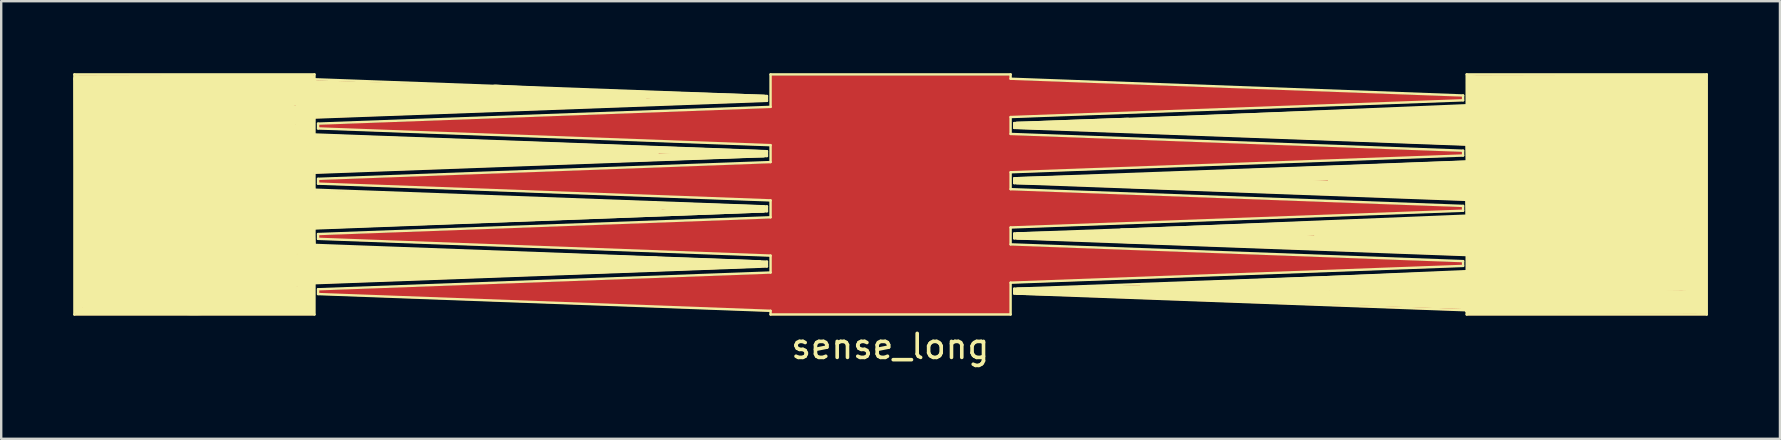
<source format=kicad_pcb>
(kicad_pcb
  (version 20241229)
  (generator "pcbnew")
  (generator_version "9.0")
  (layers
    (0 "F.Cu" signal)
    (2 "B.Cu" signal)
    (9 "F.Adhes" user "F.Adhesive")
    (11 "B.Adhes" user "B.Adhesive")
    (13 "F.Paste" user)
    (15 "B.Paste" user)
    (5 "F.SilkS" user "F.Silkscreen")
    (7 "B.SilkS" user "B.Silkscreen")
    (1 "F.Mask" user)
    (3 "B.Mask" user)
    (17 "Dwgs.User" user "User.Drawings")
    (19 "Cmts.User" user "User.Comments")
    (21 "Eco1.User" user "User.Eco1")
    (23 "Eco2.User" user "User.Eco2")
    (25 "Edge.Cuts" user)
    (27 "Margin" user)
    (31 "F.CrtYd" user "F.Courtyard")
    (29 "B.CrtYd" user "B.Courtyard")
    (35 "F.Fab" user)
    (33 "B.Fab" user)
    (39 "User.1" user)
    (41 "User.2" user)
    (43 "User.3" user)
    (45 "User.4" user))
  (footprint "sense_long"
    (layer "F.Cu")
    (at 34.04 5.083)
    (property "Reference" "sense_long" (at 0 6.3 0) (layer "F.SilkS") (effects (font (size 1 1) (thickness 0.15))))
    (attr through_hole)
    (fp_line (start -33.99 -5.033) (end -33.99 4.967) (stroke (width 0.1) (type solid)) (layer "F.SilkS"))
    (fp_line (start -33.99 4.967) (end -23.99 4.967) (stroke (width 0.1) (type solid)) (layer "F.SilkS"))
    (fp_line (start -33.88 -4.85) (end -33.82 4.83) (stroke (width 0.3) (type solid)) (layer "F.SilkS"))
    (fp_line (start -33.82 4.83) (end -24.12 4.81) (stroke (width 0.3) (type solid)) (layer "F.SilkS"))
    (fp_line (start -33.52 -4.53) (end -24.32 -4.48) (stroke (width 0.6) (type solid)) (layer "F.SilkS"))
    (fp_line (start -33.52 4.42) (end -33.52 -4.53) (stroke (width 0.6) (type solid)) (layer "F.SilkS"))
    (fp_line (start -33.11 4.05) (end -33.08 -4.13) (stroke (width 0.6) (type solid)) (layer "F.SilkS"))
    (fp_line (start -33.08 -4.13) (end -31.72 -4.17) (stroke (width 0.6) (type solid)) (layer "F.SilkS"))
    (fp_line (start -32.91 -3.52) (end -32.83 -3.24) (stroke (width 0.6) (type solid)) (layer "F.SilkS"))
    (fp_line (start -32.89 3.64) (end -21.73 2.82) (stroke (width 0.6) (type solid)) (layer "F.SilkS"))
    (fp_line (start -32.83 -3.24) (end -32.8 -3.24) (stroke (width 0.6) (type solid)) (layer "F.SilkS"))
    (fp_line (start -32.74 3.29) (end -32.54 3.33) (stroke (width 0.6) (type solid)) (layer "F.SilkS"))
    (fp_line (start -31.72 -4.17) (end -32.91 -3.52) (stroke (width 0.6) (type solid)) (layer "F.SilkS"))
    (fp_line (start -31.59 4.09) (end -33.11 4.05) (stroke (width 0.6) (type solid)) (layer "F.SilkS"))
    (fp_line (start -29 -0.1) (end -29 0.1) (stroke (width 9.8) (type solid)) (layer "F.SilkS"))
    (fp_line (start -26.42 -4.02) (end -24.59 -3.34) (stroke (width 0.6) (type solid)) (layer "F.SilkS"))
    (fp_line (start -26.22 4.23) (end -24.82 4.09) (stroke (width 0.6) (type solid)) (layer "F.SilkS"))
    (fp_line (start -25.61 3.78) (end -22.41 2.77) (stroke (width 0.6) (type solid)) (layer "F.SilkS"))
    (fp_line (start -25.27 -3.07) (end -24.18 -1.78) (stroke (width 0.6) (type solid)) (layer "F.SilkS"))
    (fp_line (start -25.27 3.41) (end -24.72 3.11) (stroke (width 0.6) (type solid)) (layer "F.SilkS"))
    (fp_line (start -25.03 2.77) (end -25.27 3.41) (stroke (width 0.6) (type solid)) (layer "F.SilkS"))
    (fp_line (start -24.82 4.09) (end -25.61 3.78) (stroke (width 0.6) (type solid)) (layer "F.SilkS"))
    (fp_line (start -24.72 3.11) (end -24.96 3.21) (stroke (width 0.6) (type solid)) (layer "F.SilkS"))
    (fp_line (start -24.59 -3.34) (end -25.27 -3.07) (stroke (width 0.6) (type solid)) (layer "F.SilkS"))
    (fp_line (start -24.58 0.95) (end -24.41 2.46) (stroke (width 0.6) (type solid)) (layer "F.SilkS"))
    (fp_line (start -24.56 -1.47) (end -24.37 0.18) (stroke (width 0.6) (type solid)) (layer "F.SilkS"))
    (fp_line (start -24.51 -2.14) (end -9.96 -1.74) (stroke (width 0.6) (type solid)) (layer "F.SilkS"))
    (fp_line (start -24.47 -3.73) (end -24.51 -2.14) (stroke (width 0.6) (type solid)) (layer "F.SilkS"))
    (fp_line (start -24.46 4.52) (end -33.52 4.42) (stroke (width 0.6) (type solid)) (layer "F.SilkS"))
    (fp_line (start -24.41 2.46) (end -9.77 2.86) (stroke (width 0.6) (type solid)) (layer "F.SilkS"))
    (fp_line (start -24.37 0.18) (end -9.83 0.56) (stroke (width 0.6) (type solid)) (layer "F.SilkS"))
    (fp_line (start -24.37 3.19) (end -24.46 4.52) (stroke (width 0.6) (type solid)) (layer "F.SilkS"))
    (fp_line (start -24.32 -4.48) (end -16.41 -4.09) (stroke (width 0.6) (type solid)) (layer "F.SilkS"))
    (fp_line (start -24.19 -1.1) (end -5.29 -1.73) (stroke (width 0.3) (type solid)) (layer "F.SilkS"))
    (fp_line (start -24.18 -1.78) (end -22.38 -1.78) (stroke (width 0.6) (type solid)) (layer "F.SilkS"))
    (fp_line (start -24.16 3.54) (end -5.46 2.86) (stroke (width 0.3) (type solid)) (layer "F.SilkS"))
    (fp_line (start -24.15 1.29) (end -5.3 0.57) (stroke (width 0.3) (type solid)) (layer "F.SilkS"))
    (fp_line (start -24.14 -4.87) (end -33.88 -4.85) (stroke (width 0.3) (type solid)) (layer "F.SilkS"))
    (fp_line (start -24.12 -2.41) (end -24.11 -3.4) (stroke (width 0.3) (type solid)) (layer "F.SilkS"))
    (fp_line (start -24.12 4.81) (end -24.16 3.54) (stroke (width 0.3) (type solid)) (layer "F.SilkS"))
    (fp_line (start -24.11 -3.4) (end -6.57 -4.02) (stroke (width 0.3) (type solid)) (layer "F.SilkS"))
    (fp_line (start -24.11 0.59) (end -26.22 4.23) (stroke (width 0.6) (type solid)) (layer "F.SilkS"))
    (fp_line (start -24.09 -0.06) (end -24.19 -1.1) (stroke (width 0.3) (type solid)) (layer "F.SilkS"))
    (fp_line (start -24.08 2.21) (end -24.15 1.29) (stroke (width 0.3) (type solid)) (layer "F.SilkS"))
    (fp_line (start -24 -4.64) (end -24.14 -4.87) (stroke (width 0.3) (type solid)) (layer "F.SilkS"))
    (fp_line (start -23.99 -5.033) (end -33.99 -5.033) (stroke (width 0.1) (type solid)) (layer "F.SilkS"))
    (fp_line (start -23.99 -4.831) (end -23.99 -5.033) (stroke (width 0.1) (type solid)) (layer "F.SilkS"))
    (fp_line (start -23.99 -3.235) (end -5.14 -3.933) (stroke (width 0.1) (type solid)) (layer "F.SilkS"))
    (fp_line (start -23.99 -2.531) (end -23.99 -3.235) (stroke (width 0.1) (type solid)) (layer "F.SilkS"))
    (fp_line (start -23.99 -0.935) (end -5.14 -1.633) (stroke (width 0.1) (type solid)) (layer "F.SilkS"))
    (fp_line (start -23.99 -0.231) (end -23.99 -0.935) (stroke (width 0.1) (type solid)) (layer "F.SilkS"))
    (fp_line (start -23.99 1.365) (end -5.14 0.667) (stroke (width 0.1) (type solid)) (layer "F.SilkS"))
    (fp_line (start -23.99 2.069) (end -23.99 1.365) (stroke (width 0.1) (type solid)) (layer "F.SilkS"))
    (fp_line (start -23.99 3.665) (end -5.14 2.967) (stroke (width 0.1) (type solid)) (layer "F.SilkS"))
    (fp_line (start -23.99 4.967) (end -23.99 3.665) (stroke (width 0.1) (type solid)) (layer "F.SilkS"))
    (fp_line (start -23.84 -2.983) (end -23.84 -2.783) (stroke (width 0.1) (type solid)) (layer "F.SilkS"))
    (fp_line (start -23.84 -2.783) (end -4.99 -2.085) (stroke (width 0.1) (type solid)) (layer "F.SilkS"))
    (fp_line (start -23.84 -0.683) (end -23.84 -0.483) (stroke (width 0.1) (type solid)) (layer "F.SilkS"))
    (fp_line (start -23.84 -0.483) (end -4.99 0.215) (stroke (width 0.1) (type solid)) (layer "F.SilkS"))
    (fp_line (start -23.84 1.617) (end -23.84 1.817) (stroke (width 0.1) (type solid)) (layer "F.SilkS"))
    (fp_line (start -23.84 1.817) (end -4.99 2.515) (stroke (width 0.1) (type solid)) (layer "F.SilkS"))
    (fp_line (start -23.84 3.917) (end -23.84 4.117) (stroke (width 0.1) (type solid)) (layer "F.SilkS"))
    (fp_line (start -23.84 4.117) (end -4.99 4.815) (stroke (width 0.1) (type solid)) (layer "F.SilkS"))
    (fp_line (start -22.41 2.77) (end -25.03 2.77) (stroke (width 0.6) (type solid)) (layer "F.SilkS"))
    (fp_line (start -22.38 -1.78) (end -22.62 -1.82) (stroke (width 0.6) (type solid)) (layer "F.SilkS"))
    (fp_line (start -21.67 0.56) (end -24.11 0.59) (stroke (width 0.6) (type solid)) (layer "F.SilkS"))
    (fp_line (start -21.04 0.56) (end -21.33 0.56) (stroke (width 0.6) (type solid)) (layer "F.SilkS"))
    (fp_line (start -16.45 -4.31) (end -12.1 -4.08) (stroke (width 0.6) (type solid)) (layer "F.SilkS"))
    (fp_line (start -16.41 -4.09) (end -26.42 -4.02) (stroke (width 0.6) (type solid)) (layer "F.SilkS"))
    (fp_line (start -10.46 -4.05) (end -24.47 -3.73) (stroke (width 0.6) (type solid)) (layer "F.SilkS"))
    (fp_line (start -9.96 -1.74) (end -24.56 -1.47) (stroke (width 0.6) (type solid)) (layer "F.SilkS"))
    (fp_line (start -9.83 0.56) (end -24.58 0.95) (stroke (width 0.6) (type solid)) (layer "F.SilkS"))
    (fp_line (start -9.77 2.86) (end -24.37 3.19) (stroke (width 0.6) (type solid)) (layer "F.SilkS"))
    (fp_line (start -5.46 2.86) (end -24.08 2.21) (stroke (width 0.3) (type solid)) (layer "F.SilkS"))
    (fp_line (start -5.3 0.57) (end -24.09 -0.06) (stroke (width 0.3) (type solid)) (layer "F.SilkS"))
    (fp_line (start -5.29 -1.73) (end -24.12 -2.41) (stroke (width 0.3) (type solid)) (layer "F.SilkS"))
    (fp_line (start -5.27 -4.04) (end -24 -4.64) (stroke (width 0.3) (type solid)) (layer "F.SilkS"))
    (fp_line (start -5.24 2.86) (end -5.3 2.86) (stroke (width 0.2) (type solid)) (layer "F.SilkS"))
    (fp_line (start -5.14 -4.133) (end -23.99 -4.831) (stroke (width 0.1) (type solid)) (layer "F.SilkS"))
    (fp_line (start -5.14 -3.933) (end -5.14 -4.133) (stroke (width 0.1) (type solid)) (layer "F.SilkS"))
    (fp_line (start -5.14 -1.833) (end -23.99 -2.531) (stroke (width 0.1) (type solid)) (layer "F.SilkS"))
    (fp_line (start -5.14 -1.633) (end -5.14 -1.833) (stroke (width 0.1) (type solid)) (layer "F.SilkS"))
    (fp_line (start -5.14 0.467) (end -23.99 -0.231) (stroke (width 0.1) (type solid)) (layer "F.SilkS"))
    (fp_line (start -5.14 0.667) (end -5.14 0.467) (stroke (width 0.1) (type solid)) (layer "F.SilkS"))
    (fp_line (start -5.14 2.767) (end -23.99 2.069) (stroke (width 0.1) (type solid)) (layer "F.SilkS"))
    (fp_line (start -5.14 2.967) (end -5.14 2.767) (stroke (width 0.1) (type solid)) (layer "F.SilkS"))
    (fp_line (start -4.99 -5.033) (end -4.99 -3.681) (stroke (width 0.1) (type solid)) (layer "F.SilkS"))
    (fp_line (start -4.99 -3.681) (end -23.84 -2.983) (stroke (width 0.1) (type solid)) (layer "F.SilkS"))
    (fp_line (start -4.99 -2.085) (end -4.99 -1.381) (stroke (width 0.1) (type solid)) (layer "F.SilkS"))
    (fp_line (start -4.99 -1.381) (end -23.84 -0.683) (stroke (width 0.1) (type solid)) (layer "F.SilkS"))
    (fp_line (start -4.99 0.215) (end -4.99 0.919) (stroke (width 0.1) (type solid)) (layer "F.SilkS"))
    (fp_line (start -4.99 0.919) (end -23.84 1.617) (stroke (width 0.1) (type solid)) (layer "F.SilkS"))
    (fp_line (start -4.99 2.515) (end -4.99 3.219) (stroke (width 0.1) (type solid)) (layer "F.SilkS"))
    (fp_line (start -4.99 3.219) (end -23.84 3.917) (stroke (width 0.1) (type solid)) (layer "F.SilkS"))
    (fp_line (start -4.99 4.815) (end -4.99 4.967) (stroke (width 0.1) (type solid)) (layer "F.SilkS"))
    (fp_line (start -4.99 4.967) (end 5.01 4.967) (stroke (width 0.1) (type solid)) (layer "F.SilkS"))
    (fp_line (start 5.01 -5.033) (end -4.99 -5.033) (stroke (width 0.1) (type solid)) (layer "F.SilkS"))
    (fp_line (start 5.01 -4.853) (end 5.01 -5.033) (stroke (width 0.1) (type solid)) (layer "F.SilkS"))
    (fp_line (start 5.01 -3.257) (end 23.86 -3.955) (stroke (width 0.1) (type solid)) (layer "F.SilkS"))
    (fp_line (start 5.01 -2.553) (end 5.01 -3.257) (stroke (width 0.1) (type solid)) (layer "F.SilkS"))
    (fp_line (start 5.01 -0.957) (end 23.86 -1.655) (stroke (width 0.1) (type solid)) (layer "F.SilkS"))
    (fp_line (start 5.01 -0.253) (end 5.01 -0.957) (stroke (width 0.1) (type solid)) (layer "F.SilkS"))
    (fp_line (start 5.01 1.343) (end 23.86 0.645) (stroke (width 0.1) (type solid)) (layer "F.SilkS"))
    (fp_line (start 5.01 2.047) (end 5.01 1.343) (stroke (width 0.1) (type solid)) (layer "F.SilkS"))
    (fp_line (start 5.01 3.643) (end 23.86 2.945) (stroke (width 0.1) (type solid)) (layer "F.SilkS"))
    (fp_line (start 5.01 4.967) (end 5.01 3.643) (stroke (width 0.1) (type solid)) (layer "F.SilkS"))
    (fp_line (start 5.16 -3.005) (end 5.16 -2.805) (stroke (width 0.1) (type solid)) (layer "F.SilkS"))
    (fp_line (start 5.16 -2.805) (end 24.01 -2.107) (stroke (width 0.1) (type solid)) (layer "F.SilkS"))
    (fp_line (start 5.16 -0.705) (end 5.16 -0.505) (stroke (width 0.1) (type solid)) (layer "F.SilkS"))
    (fp_line (start 5.16 -0.505) (end 24.01 0.193) (stroke (width 0.1) (type solid)) (layer "F.SilkS"))
    (fp_line (start 5.16 1.595) (end 5.16 1.795) (stroke (width 0.1) (type solid)) (layer "F.SilkS"))
    (fp_line (start 5.16 1.795) (end 24.01 2.493) (stroke (width 0.1) (type solid)) (layer "F.SilkS"))
    (fp_line (start 5.16 3.895) (end 5.16 4.095) (stroke (width 0.1) (type solid)) (layer "F.SilkS"))
    (fp_line (start 5.16 4.095) (end 24.01 4.793) (stroke (width 0.1) (type solid)) (layer "F.SilkS"))
    (fp_line (start 5.27 -2.91) (end 9.89 -2.81) (stroke (width 0.3) (type solid)) (layer "F.SilkS"))
    (fp_line (start 5.28 -0.61) (end 9.87 -0.51) (stroke (width 0.3) (type solid)) (layer "F.SilkS"))
    (fp_line (start 5.3 1.69) (end 9.47 1.8) (stroke (width 0.3) (type solid)) (layer "F.SilkS"))
    (fp_line (start 5.3 4) (end 10.53 4.11) (stroke (width 0.3) (type solid)) (layer "F.SilkS"))
    (fp_line (start 9.43 1.59) (end 5.3 1.69) (stroke (width 0.3) (type solid)) (layer "F.SilkS"))
    (fp_line (start 9.65 1.69) (end 24.34 2.2) (stroke (width 0.6) (type solid)) (layer "F.SilkS"))
    (fp_line (start 9.86 -0.74) (end 5.28 -0.61) (stroke (width 0.3) (type solid)) (layer "F.SilkS"))
    (fp_line (start 9.89 -3.08) (end 5.27 -2.91) (stroke (width 0.3) (type solid)) (layer "F.SilkS"))
    (fp_line (start 10.02 -0.6) (end 24.24 -0.1) (stroke (width 0.6) (type solid)) (layer "F.SilkS"))
    (fp_line (start 10.05 -2.91) (end 24.25 -2.37) (stroke (width 0.6) (type solid)) (layer "F.SilkS"))
    (fp_line (start 10.42 3.9) (end 5.3 4) (stroke (width 0.3) (type solid)) (layer "F.SilkS"))
    (fp_line (start 10.61 3.99) (end 24.13 4.45) (stroke (width 0.6) (type solid)) (layer "F.SilkS"))
    (fp_line (start 17.71 -2.93) (end 24.63 -2.71) (stroke (width 0.6) (type solid)) (layer "F.SilkS"))
    (fp_line (start 17.96 1.64) (end 24.01 1.49) (stroke (width 0.6) (type solid)) (layer "F.SilkS"))
    (fp_line (start 18.53 -0.6) (end 24.3 -0.73) (stroke (width 0.6) (type solid)) (layer "F.SilkS"))
    (fp_line (start 18.62 3.93) (end 33.44 4.28) (stroke (width 0.6) (type solid)) (layer "F.SilkS"))
    (fp_line (start 23.86 -4.155) (end 5.01 -4.853) (stroke (width 0.1) (type solid)) (layer "F.SilkS"))
    (fp_line (start 23.86 -3.955) (end 23.86 -4.155) (stroke (width 0.1) (type solid)) (layer "F.SilkS"))
    (fp_line (start 23.86 -1.855) (end 5.01 -2.553) (stroke (width 0.1) (type solid)) (layer "F.SilkS"))
    (fp_line (start 23.86 -1.655) (end 23.86 -1.855) (stroke (width 0.1) (type solid)) (layer "F.SilkS"))
    (fp_line (start 23.86 0.445) (end 5.01 -0.253) (stroke (width 0.1) (type solid)) (layer "F.SilkS"))
    (fp_line (start 23.86 0.645) (end 23.86 0.445) (stroke (width 0.1) (type solid)) (layer "F.SilkS"))
    (fp_line (start 23.86 2.745) (end 5.01 2.047) (stroke (width 0.1) (type solid)) (layer "F.SilkS"))
    (fp_line (start 23.86 2.945) (end 23.86 2.745) (stroke (width 0.1) (type solid)) (layer "F.SilkS"))
    (fp_line (start 24.01 -5.033) (end 24.01 -3.703) (stroke (width 0.1) (type solid)) (layer "F.SilkS"))
    (fp_line (start 24.01 -3.703) (end 5.16 -3.005) (stroke (width 0.1) (type solid)) (layer "F.SilkS"))
    (fp_line (start 24.01 -2.107) (end 24.01 -1.403) (stroke (width 0.1) (type solid)) (layer "F.SilkS"))
    (fp_line (start 24.01 -1.403) (end 5.16 -0.705) (stroke (width 0.1) (type solid)) (layer "F.SilkS"))
    (fp_line (start 24.01 0.193) (end 24.01 0.897) (stroke (width 0.1) (type solid)) (layer "F.SilkS"))
    (fp_line (start 24.01 0.897) (end 5.16 1.595) (stroke (width 0.1) (type solid)) (layer "F.SilkS"))
    (fp_line (start 24.01 1.49) (end 24.97 3.19) (stroke (width 0.6) (type solid)) (layer "F.SilkS"))
    (fp_line (start 24.01 2.493) (end 24.01 3.197) (stroke (width 0.1) (type solid)) (layer "F.SilkS"))
    (fp_line (start 24.01 3.197) (end 5.16 3.895) (stroke (width 0.1) (type solid)) (layer "F.SilkS"))
    (fp_line (start 24.01 3.66) (end 18.62 3.93) (stroke (width 0.6) (type solid)) (layer "F.SilkS"))
    (fp_line (start 24.01 4.793) (end 24.01 4.967) (stroke (width 0.1) (type solid)) (layer "F.SilkS"))
    (fp_line (start 24.01 4.967) (end 34.01 4.967) (stroke (width 0.1) (type solid)) (layer "F.SilkS"))
    (fp_line (start 24.13 4.45) (end 24.18 4.65) (stroke (width 0.6) (type solid)) (layer "F.SilkS"))
    (fp_line (start 24.18 4.65) (end 33.69 4.64) (stroke (width 0.6) (type solid)) (layer "F.SilkS"))
    (fp_line (start 24.24 -0.1) (end 24.27 1.09) (stroke (width 0.6) (type solid)) (layer "F.SilkS"))
    (fp_line (start 24.25 -2.37) (end 24.29 -1.16) (stroke (width 0.6) (type solid)) (layer "F.SilkS"))
    (fp_line (start 24.26 -0.53) (end 18.53 -0.6) (stroke (width 0.6) (type solid)) (layer "F.SilkS"))
    (fp_line (start 24.27 1.09) (end 9.65 1.69) (stroke (width 0.6) (type solid)) (layer "F.SilkS"))
    (fp_line (start 24.28 -4.7) (end 24.3 -3.51) (stroke (width 0.6) (type solid)) (layer "F.SilkS"))
    (fp_line (start 24.29 -1.16) (end 10.02 -0.6) (stroke (width 0.6) (type solid)) (layer "F.SilkS"))
    (fp_line (start 24.3 -3.51) (end 10.05 -2.91) (stroke (width 0.6) (type solid)) (layer "F.SilkS"))
    (fp_line (start 24.3 -0.73) (end 24.35 1.8) (stroke (width 0.6) (type solid)) (layer "F.SilkS"))
    (fp_line (start 24.32 3.4) (end 10.61 3.99) (stroke (width 0.6) (type solid)) (layer "F.SilkS"))
    (fp_line (start 24.34 2.2) (end 24.32 3.4) (stroke (width 0.6) (type solid)) (layer "F.SilkS"))
    (fp_line (start 24.35 1.8) (end 17.96 1.64) (stroke (width 0.6) (type solid)) (layer "F.SilkS"))
    (fp_line (start 24.36 -4.73) (end 24.13 -4.9) (stroke (width 0.3) (type solid)) (layer "F.SilkS"))
    (fp_line (start 24.44 -3.06) (end 17.71 -2.93) (stroke (width 0.6) (type solid)) (layer "F.SilkS"))
    (fp_line (start 24.63 -2.71) (end 24.26 -0.53) (stroke (width 0.6) (type solid)) (layer "F.SilkS"))
    (fp_line (start 24.69 -4.22) (end 24.44 -3.06) (stroke (width 0.6) (type solid)) (layer "F.SilkS"))
    (fp_line (start 24.72 3.77) (end 33.11 3.68) (stroke (width 0.6) (type solid)) (layer "F.SilkS"))
    (fp_line (start 24.97 3.19) (end 24.01 3.66) (stroke (width 0.6) (type solid)) (layer "F.SilkS"))
    (fp_line (start 25.01 -3.71) (end 24.72 3.77) (stroke (width 0.6) (type solid)) (layer "F.SilkS"))
    (fp_line (start 25.3 -3.44) (end 25.3 3.46) (stroke (width 0.6) (type solid)) (layer "F.SilkS"))
    (fp_line (start 25.3 3.46) (end 32.8 3.35) (stroke (width 0.6) (type solid)) (layer "F.SilkS"))
    (fp_line (start 29.07 -0.12) (end 29.07 0.08) (stroke (width 9.8) (type solid)) (layer "F.SilkS"))
    (fp_line (start 32.69 -3.73) (end 25.3 -3.44) (stroke (width 0.6) (type solid)) (layer "F.SilkS"))
    (fp_line (start 33.11 3.68) (end 32.69 -3.73) (stroke (width 0.6) (type solid)) (layer "F.SilkS"))
    (fp_line (start 33.24 -4.06) (end 25.01 -3.71) (stroke (width 0.6) (type solid)) (layer "F.SilkS"))
    (fp_line (start 33.44 4.28) (end 33.24 -4.06) (stroke (width 0.6) (type solid)) (layer "F.SilkS"))
    (fp_line (start 33.69 -4.72) (end 24.28 -4.7) (stroke (width 0.6) (type solid)) (layer "F.SilkS"))
    (fp_line (start 33.69 4.64) (end 33.7 -4.47) (stroke (width 0.6) (type solid)) (layer "F.SilkS"))
    (fp_line (start 33.7 -4.47) (end 24.69 -4.22) (stroke (width 0.6) (type solid)) (layer "F.SilkS"))
    (fp_line (start 33.83 -4.86) (end 33.88 -4.91) (stroke (width 0.3) (type solid)) (layer "F.SilkS"))
    (fp_line (start 33.88 4.83) (end 33.89 4.84) (stroke (width 0.3) (type solid)) (layer "F.SilkS"))
    (fp_line (start 34.01 -5.033) (end 24.01 -5.033) (stroke (width 0.1) (type solid)) (layer "F.SilkS"))
    (fp_line (start 34.01 4.967) (end 34.01 -5.033) (stroke (width 0.1) (type solid)) (layer "F.SilkS"))
    (pad "1" smd rect (at -29 0) (size 10 10) (layers "F.Cu"))
    (pad "1" smd trapezoid (at -14.6 -4) (size 18.9 0.9) (rect_delta 0.7 0) (layers "F.Cu"))
    (pad "1" smd trapezoid (at -14.6 -1.7) (size 18.9 0.9) (rect_delta 0.7 0) (layers "F.Cu"))
    (pad "1" smd trapezoid (at -14.6 0.6) (size 18.9 0.9) (rect_delta 0.7 0) (layers "F.Cu"))
    (pad "1" smd trapezoid (at -14.6 2.9) (size 18.9 0.9) (rect_delta 0.7 0) (layers "F.Cu"))
    (pad "2" smd trapezoid (at -14.4 -2.85 180) (size 18.9 0.9) (rect_delta 0.7 0) (layers "F.Cu"))
    (pad "2" smd trapezoid (at -14.4 -0.55 180) (size 18.9 0.9) (rect_delta 0.7 0) (layers "F.Cu"))
    (pad "2" smd trapezoid (at -14.4 1.75 180) (size 18.9 0.9) (rect_delta 0.7 0) (layers "F.Cu"))
    (pad "2" smd trapezoid (at -14.4 4.05 180) (size 18.9 0.9) (rect_delta 0.7 0) (layers "F.Cu"))
    (pad "2" smd rect (at 0 0 180) (size 10 10) (layers "F.Cu"))
    (pad "2" smd trapezoid (at 14.4 -4.022) (size 18.9 0.9) (rect_delta 0.7 0) (layers "F.Cu"))
    (pad "2" smd trapezoid (at 14.4 -1.722) (size 18.9 0.9) (rect_delta 0.7 0) (layers "F.Cu"))
    (pad "2" smd trapezoid (at 14.4 0.578) (size 18.9 0.9) (rect_delta 0.7 0) (layers "F.Cu"))
    (pad "2" smd trapezoid (at 14.4 2.878) (size 18.9 0.9) (rect_delta 0.7 0) (layers "F.Cu"))
    (pad "3" smd trapezoid (at 14.6 -2.872 180) (size 18.9 0.9) (rect_delta 0.7 0) (layers "F.Cu"))
    (pad "3" smd trapezoid (at 14.6 -0.572 180) (size 18.9 0.9) (rect_delta 0.7 0) (layers "F.Cu"))
    (pad "3" smd trapezoid (at 14.6 1.728 180) (size 18.9 0.9) (rect_delta 0.7 0) (layers "F.Cu"))
    (pad "3" smd trapezoid (at 14.6 4.028 180) (size 18.9 0.9) (rect_delta 0.7 0) (layers "F.Cu"))
    (pad "3" smd rect (at 29 0) (size 10 10) (layers "F.Cu")))
  (gr_rect
    (start -3 -3)
    (end 71.1 15.231)
    (stroke (width 0.1) (type default))
    (fill no)
    (layer "Edge.Cuts")))
</source>
